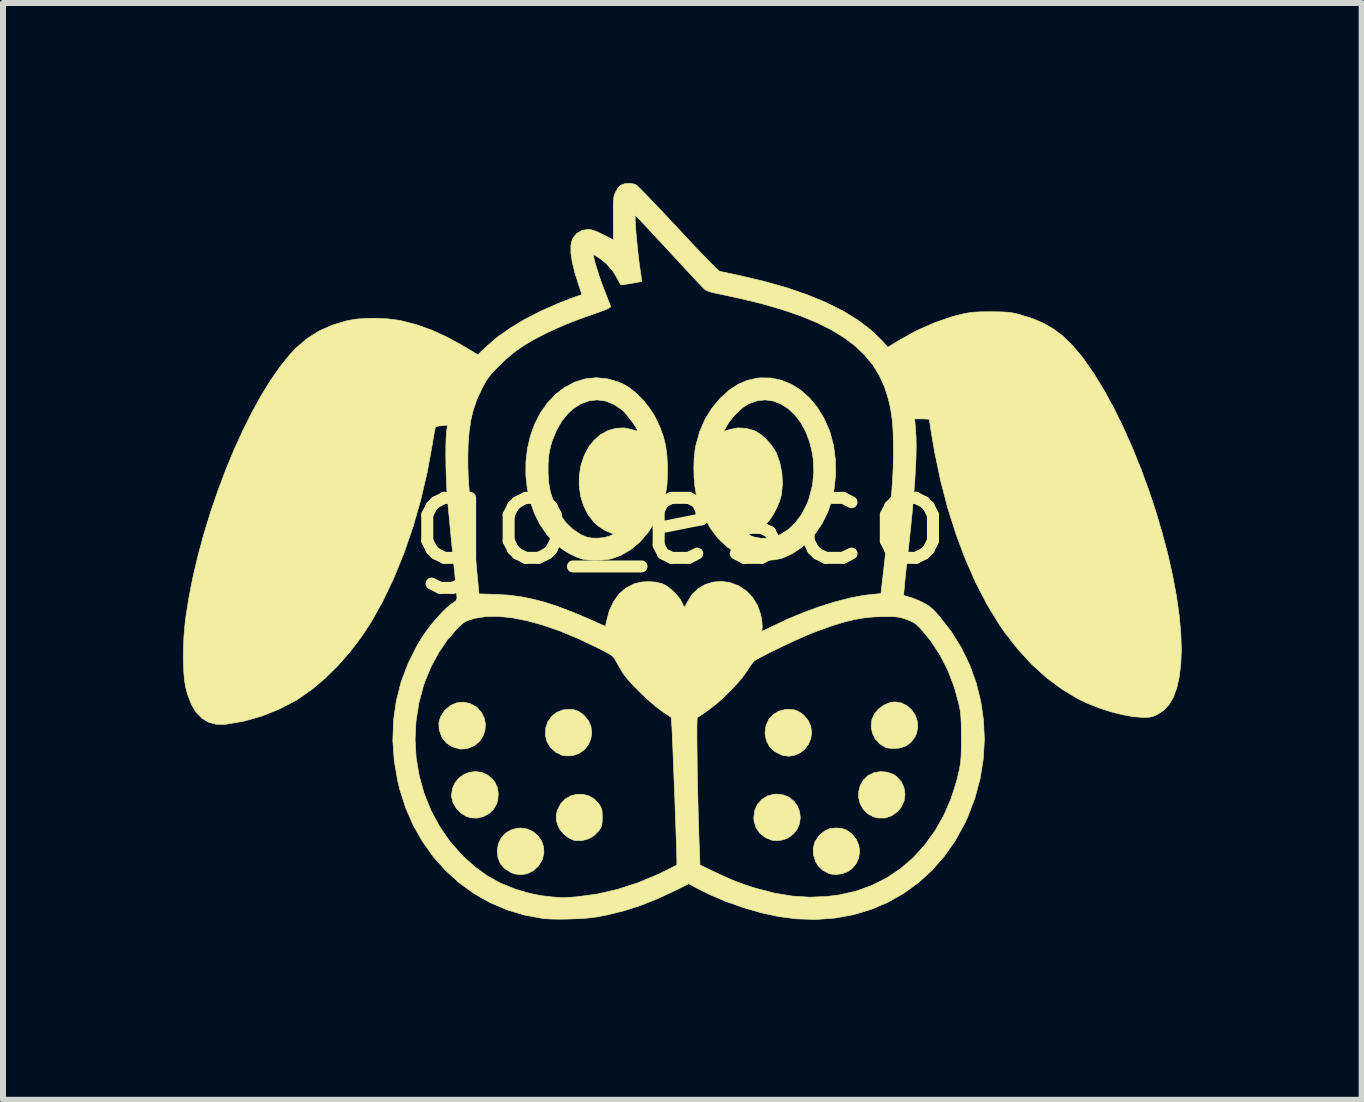
<source format=kicad_pcb>
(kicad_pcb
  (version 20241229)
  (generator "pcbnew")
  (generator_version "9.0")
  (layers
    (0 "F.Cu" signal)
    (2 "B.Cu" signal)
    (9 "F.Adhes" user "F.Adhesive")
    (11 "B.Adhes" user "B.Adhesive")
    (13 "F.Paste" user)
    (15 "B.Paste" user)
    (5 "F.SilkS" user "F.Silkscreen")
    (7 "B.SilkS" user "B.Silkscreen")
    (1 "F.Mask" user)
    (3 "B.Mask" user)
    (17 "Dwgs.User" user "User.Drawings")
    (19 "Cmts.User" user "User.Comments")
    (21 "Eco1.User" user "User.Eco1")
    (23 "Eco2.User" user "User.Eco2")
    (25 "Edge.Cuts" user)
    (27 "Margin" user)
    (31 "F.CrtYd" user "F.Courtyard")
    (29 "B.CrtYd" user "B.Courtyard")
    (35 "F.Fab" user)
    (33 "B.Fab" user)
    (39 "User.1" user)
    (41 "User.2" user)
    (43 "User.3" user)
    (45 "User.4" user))
  (footprint "logo_escola"
    (layer "F.Cu")
    (at 8.285 5.564)
    (property "Reference" "logo_escola" (at 0 0 0) (layer "F.SilkS") (effects (font (size 1.5 1.5) (thickness 0.2))))
    (attr through_hole)
    (fp_poly (pts (xy 3.449 4.255) (xy 3.551 4.291) (xy 3.612 4.331) (xy 3.687 4.416) (xy 3.732 4.515) (xy 3.748 4.622) (xy 3.734 4.729) (xy 3.69 4.83) (xy 3.622 4.913) (xy 3.522 4.984) (xy 3.415 5.019) (xy 3.302 5.019) (xy 3.223 4.999) (xy 3.126 4.947) (xy 3.052 4.873) (xy 3.001 4.782) (xy 2.976 4.682) (xy 2.976 4.579) (xy 3.002 4.478) (xy 3.055 4.386) (xy 3.135 4.31) (xy 3.23 4.264) (xy 3.338 4.246) (xy 3.449 4.255)) (stroke (width 0.01) (type solid)) (fill yes) (layer "F.SilkS"))
    (fp_poly (pts (xy -2.548 5.202) (xy -2.45 5.247) (xy -2.37 5.315) (xy -2.311 5.4) (xy -2.276 5.498) (xy -2.27 5.603) (xy -2.295 5.709) (xy -2.302 5.724) (xy -2.365 5.824) (xy -2.449 5.899) (xy -2.547 5.947) (xy -2.653 5.965) (xy -2.762 5.95) (xy -2.821 5.927) (xy -2.924 5.861) (xy -2.996 5.779) (xy -3.036 5.677) (xy -3.048 5.569) (xy -3.031 5.454) (xy -2.984 5.355) (xy -2.912 5.274) (xy -2.818 5.218) (xy -2.707 5.189) (xy -2.659 5.186) (xy -2.548 5.202)) (stroke (width 0.01) (type solid)) (fill yes) (layer "F.SilkS"))
    (fp_poly (pts (xy -3.315 4.257) (xy -3.22 4.296) (xy -3.134 4.364) (xy -3.088 4.421) (xy -3.048 4.508) (xy -3.031 4.611) (xy -3.039 4.718) (xy -3.056 4.781) (xy -3.11 4.874) (xy -3.188 4.947) (xy -3.283 4.997) (xy -3.387 5.021) (xy -3.493 5.015) (xy -3.565 4.991) (xy -3.657 4.933) (xy -3.732 4.854) (xy -3.785 4.762) (xy -3.809 4.666) (xy -3.81 4.647) (xy -3.795 4.532) (xy -3.753 4.434) (xy -3.688 4.355) (xy -3.607 4.296) (xy -3.514 4.259) (xy -3.415 4.245) (xy -3.315 4.257)) (stroke (width 0.01) (type solid)) (fill yes) (layer "F.SilkS"))
    (fp_poly (pts (xy 3.685 3.101) (xy 3.78 3.147) (xy 3.858 3.216) (xy 3.917 3.303) (xy 3.952 3.401) (xy 3.961 3.506) (xy 3.941 3.61) (xy 3.912 3.672) (xy 3.842 3.763) (xy 3.756 3.823) (xy 3.651 3.854) (xy 3.594 3.859) (xy 3.525 3.859) (xy 3.464 3.853) (xy 3.43 3.845) (xy 3.329 3.785) (xy 3.253 3.701) (xy 3.203 3.6) (xy 3.184 3.489) (xy 3.196 3.381) (xy 3.236 3.289) (xy 3.304 3.206) (xy 3.391 3.14) (xy 3.488 3.098) (xy 3.576 3.084) (xy 3.685 3.101)) (stroke (width 0.01) (type solid)) (fill yes) (layer "F.SilkS"))
    (fp_poly (pts (xy 1.728 4.636) (xy 1.823 4.678) (xy 1.899 4.742) (xy 1.956 4.823) (xy 1.991 4.914) (xy 2.003 5.011) (xy 1.991 5.109) (xy 1.954 5.201) (xy 1.891 5.283) (xy 1.801 5.35) (xy 1.787 5.357) (xy 1.706 5.385) (xy 1.616 5.397) (xy 1.536 5.391) (xy 1.533 5.39) (xy 1.42 5.345) (xy 1.33 5.274) (xy 1.266 5.182) (xy 1.233 5.072) (xy 1.228 5.007) (xy 1.244 4.89) (xy 1.291 4.789) (xy 1.364 4.708) (xy 1.458 4.651) (xy 1.569 4.623) (xy 1.615 4.621) (xy 1.728 4.636)) (stroke (width 0.01) (type solid)) (fill yes) (layer "F.SilkS"))
    (fp_poly (pts (xy 1.897 3.215) (xy 1.97 3.241) (xy 2.042 3.29) (xy 2.06 3.305) (xy 2.134 3.392) (xy 2.177 3.489) (xy 2.192 3.592) (xy 2.178 3.695) (xy 2.139 3.791) (xy 2.075 3.875) (xy 1.987 3.94) (xy 1.904 3.974) (xy 1.814 3.989) (xy 1.729 3.98) (xy 1.683 3.966) (xy 1.575 3.91) (xy 1.492 3.83) (xy 1.438 3.731) (xy 1.416 3.616) (xy 1.415 3.594) (xy 1.432 3.478) (xy 1.478 3.377) (xy 1.551 3.296) (xy 1.645 3.239) (xy 1.755 3.21) (xy 1.805 3.208) (xy 1.897 3.215)) (stroke (width 0.01) (type solid)) (fill yes) (layer "F.SilkS"))
    (fp_poly (pts (xy -3.504 3.11) (xy -3.402 3.166) (xy -3.384 3.179) (xy -3.309 3.262) (xy -3.263 3.357) (xy -3.244 3.459) (xy -3.253 3.56) (xy -3.286 3.657) (xy -3.342 3.741) (xy -3.421 3.809) (xy -3.52 3.852) (xy -3.556 3.861) (xy -3.614 3.868) (xy -3.662 3.87) (xy -3.674 3.869) (xy -3.796 3.832) (xy -3.892 3.771) (xy -3.963 3.684) (xy -3.974 3.664) (xy -4.015 3.549) (xy -4.021 3.437) (xy -3.991 3.33) (xy -3.926 3.23) (xy -3.917 3.22) (xy -3.824 3.143) (xy -3.721 3.099) (xy -3.612 3.088) (xy -3.504 3.11)) (stroke (width 0.01) (type solid)) (fill yes) (layer "F.SilkS"))
    (fp_poly (pts (xy -1.77 3.215) (xy -1.697 3.239) (xy -1.627 3.287) (xy -1.599 3.311) (xy -1.527 3.398) (xy -1.486 3.495) (xy -1.473 3.596) (xy -1.487 3.697) (xy -1.526 3.79) (xy -1.587 3.872) (xy -1.67 3.935) (xy -1.772 3.974) (xy -1.826 3.982) (xy -1.89 3.984) (xy -1.947 3.978) (xy -1.964 3.974) (xy -2.072 3.923) (xy -2.158 3.847) (xy -2.217 3.752) (xy -2.245 3.643) (xy -2.246 3.636) (xy -2.24 3.518) (xy -2.203 3.413) (xy -2.14 3.325) (xy -2.056 3.258) (xy -1.954 3.218) (xy -1.861 3.208) (xy -1.77 3.215)) (stroke (width 0.01) (type solid)) (fill yes) (layer "F.SilkS"))
    (fp_poly (pts (xy 2.693 5.193) (xy 2.766 5.217) (xy 2.836 5.265) (xy 2.865 5.289) (xy 2.937 5.376) (xy 2.979 5.476) (xy 2.992 5.581) (xy 2.976 5.685) (xy 2.933 5.782) (xy 2.862 5.864) (xy 2.805 5.905) (xy 2.71 5.945) (xy 2.608 5.962) (xy 2.512 5.954) (xy 2.483 5.945) (xy 2.382 5.893) (xy 2.306 5.822) (xy 2.26 5.748) (xy 2.222 5.633) (xy 2.218 5.521) (xy 2.248 5.415) (xy 2.312 5.319) (xy 2.349 5.283) (xy 2.422 5.227) (xy 2.494 5.197) (xy 2.579 5.187) (xy 2.603 5.186) (xy 2.693 5.193)) (stroke (width 0.01) (type solid)) (fill yes) (layer "F.SilkS"))
    (fp_poly (pts (xy -1.62 4.624) (xy -1.519 4.651) (xy -1.427 4.706) (xy -1.352 4.787) (xy -1.324 4.831) (xy -1.307 4.87) (xy -1.3 4.918) (xy -1.297 4.987) (xy -1.297 5.007) (xy -1.299 5.083) (xy -1.305 5.134) (xy -1.319 5.175) (xy -1.344 5.216) (xy -1.352 5.228) (xy -1.431 5.31) (xy -1.529 5.367) (xy -1.638 5.396) (xy -1.75 5.393) (xy -1.782 5.386) (xy -1.862 5.348) (xy -1.939 5.287) (xy -2.003 5.211) (xy -2.039 5.14) (xy -2.063 5.053) (xy -2.065 4.978) (xy -2.047 4.897) (xy -2.04 4.878) (xy -1.988 4.778) (xy -1.913 4.702) (xy -1.823 4.65) (xy -1.723 4.624) (xy -1.62 4.624)) (stroke (width 0.01) (type solid)) (fill yes) (layer "F.SilkS"))
    (fp_poly (pts (xy 1.514 -2.314) (xy 1.689 -2.277) (xy 1.856 -2.208) (xy 2.013 -2.109) (xy 2.156 -1.982) (xy 2.284 -1.828) (xy 2.394 -1.65) (xy 2.484 -1.45) (xy 2.5 -1.405) (xy 2.558 -1.186) (xy 2.588 -0.953) (xy 2.592 -0.714) (xy 2.569 -0.477) (xy 2.52 -0.25) (xy 2.458 -0.072) (xy 2.369 0.109) (xy 2.261 0.267) (xy 2.134 0.408) (xy 1.999 0.527) (xy 1.865 0.616) (xy 1.724 0.679) (xy 1.67 0.697) (xy 1.572 0.716) (xy 1.454 0.724) (xy 1.331 0.722) (xy 1.217 0.709) (xy 1.142 0.692) (xy 0.957 0.614) (xy 0.789 0.505) (xy 0.64 0.366) (xy 0.51 0.198) (xy 0.401 0.004) (xy 0.314 -0.217) (xy 0.269 -0.375) (xy 0.246 -0.504) (xy 0.233 -0.656) (xy 0.229 -0.818) (xy 0.234 -0.977) (xy 0.25 -1.122) (xy 0.262 -1.188) (xy 0.326 -1.419) (xy 0.327 -1.422) (xy 0.728 -1.422) (xy 0.831 -1.457) (xy 0.959 -1.482) (xy 1.094 -1.476) (xy 1.226 -1.44) (xy 1.263 -1.424) (xy 1.347 -1.37) (xy 1.435 -1.292) (xy 1.516 -1.2) (xy 1.582 -1.105) (xy 1.604 -1.063) (xy 1.661 -0.906) (xy 1.696 -0.732) (xy 1.706 -0.553) (xy 1.69 -0.381) (xy 1.686 -0.359) (xy 1.657 -0.261) (xy 1.612 -0.152) (xy 1.557 -0.046) (xy 1.499 0.043) (xy 1.48 0.066) (xy 1.417 0.128) (xy 1.341 0.188) (xy 1.263 0.235) (xy 1.196 0.263) (xy 1.193 0.264) (xy 1.153 0.279) (xy 1.148 0.296) (xy 1.179 0.316) (xy 1.229 0.335) (xy 1.354 0.358) (xy 1.489 0.351) (xy 1.621 0.317) (xy 1.674 0.294) (xy 1.805 0.21) (xy 1.924 0.095) (xy 2.027 -0.045) (xy 2.111 -0.206) (xy 2.149 -0.306) (xy 2.206 -0.525) (xy 2.228 -0.742) (xy 2.218 -0.964) (xy 2.204 -1.062) (xy 2.158 -1.252) (xy 2.093 -1.423) (xy 2.01 -1.573) (xy 1.912 -1.701) (xy 1.801 -1.804) (xy 1.681 -1.881) (xy 1.553 -1.93) (xy 1.42 -1.949) (xy 1.284 -1.935) (xy 1.149 -1.888) (xy 1.121 -1.873) (xy 1.045 -1.822) (xy 0.962 -1.748) (xy 0.881 -1.663) (xy 0.814 -1.577) (xy 0.775 -1.513) (xy 0.728 -1.422) (xy 0.327 -1.422) (xy 0.415 -1.625) (xy 0.529 -1.81) (xy 0.671 -1.979) (xy 0.68 -1.988) (xy 0.824 -2.116) (xy 0.969 -2.211) (xy 1.121 -2.275) (xy 1.284 -2.311) (xy 1.334 -2.316) (xy 1.514 -2.314)) (stroke (width 0.01) (type solid)) (fill yes) (layer "F.SilkS"))
    (fp_poly (pts (xy -1.217 -2.302) (xy -1.033 -2.249) (xy -0.943 -2.21) (xy -0.838 -2.147) (xy -0.728 -2.056) (xy -0.619 -1.948) (xy -0.521 -1.828) (xy -0.439 -1.705) (xy -0.414 -1.66) (xy -0.336 -1.494) (xy -0.279 -1.338) (xy -0.241 -1.183) (xy -0.219 -1.018) (xy -0.211 -0.832) (xy -0.211 -0.771) (xy -0.213 -0.655) (xy -0.217 -0.564) (xy -0.224 -0.488) (xy -0.237 -0.417) (xy -0.255 -0.34) (xy -0.26 -0.32) (xy -0.332 -0.103) (xy -0.427 0.095) (xy -0.542 0.271) (xy -0.675 0.423) (xy -0.824 0.547) (xy -0.986 0.641) (xy -1.145 0.699) (xy -1.226 0.713) (xy -1.328 0.721) (xy -1.437 0.723) (xy -1.54 0.717) (xy -1.623 0.705) (xy -1.624 0.705) (xy -1.721 0.672) (xy -1.832 0.62) (xy -1.942 0.554) (xy -2.04 0.483) (xy -2.067 0.459) (xy -2.213 0.305) (xy -2.334 0.13) (xy -2.43 -0.061) (xy -2.501 -0.265) (xy -2.548 -0.478) (xy -2.571 -0.695) (xy -2.571 -0.72) (xy -2.2 -0.72) (xy -2.189 -0.564) (xy -2.165 -0.427) (xy -2.161 -0.409) (xy -2.097 -0.22) (xy -2.011 -0.052) (xy -1.907 0.092) (xy -1.787 0.209) (xy -1.654 0.296) (xy -1.555 0.338) (xy -1.47 0.354) (xy -1.369 0.356) (xy -1.267 0.345) (xy -1.18 0.322) (xy -1.17 0.318) (xy -1.127 0.298) (xy -1.113 0.286) (xy -1.126 0.278) (xy -1.143 0.273) (xy -1.253 0.226) (xy -1.362 0.155) (xy -1.433 0.092) (xy -1.534 -0.038) (xy -1.609 -0.187) (xy -1.659 -0.349) (xy -1.682 -0.521) (xy -1.68 -0.695) (xy -1.651 -0.865) (xy -1.596 -1.027) (xy -1.516 -1.175) (xy -1.436 -1.274) (xy -1.325 -1.371) (xy -1.2 -1.439) (xy -1.068 -1.476) (xy -0.933 -1.482) (xy -0.812 -1.456) (xy -0.757 -1.44) (xy -0.72 -1.432) (xy -0.708 -1.435) (xy -0.719 -1.463) (xy -0.748 -1.511) (xy -0.79 -1.572) (xy -0.839 -1.637) (xy -0.889 -1.7) (xy -0.936 -1.753) (xy -0.97 -1.785) (xy -1.104 -1.875) (xy -1.243 -1.93) (xy -1.383 -1.949) (xy -1.523 -1.933) (xy -1.659 -1.882) (xy -1.79 -1.796) (xy -1.871 -1.721) (xy -1.972 -1.595) (xy -2.06 -1.441) (xy -2.131 -1.269) (xy -2.161 -1.17) (xy -2.187 -1.036) (xy -2.2 -0.882) (xy -2.2 -0.72) (xy -2.571 -0.72) (xy -2.57 -0.914) (xy -2.545 -1.131) (xy -2.497 -1.341) (xy -2.426 -1.541) (xy -2.331 -1.728) (xy -2.213 -1.896) (xy -2.073 -2.044) (xy -1.927 -2.155) (xy -1.756 -2.246) (xy -1.58 -2.3) (xy -1.4 -2.319) (xy -1.217 -2.302)) (stroke (width 0.01) (type solid)) (fill yes) (layer "F.SilkS"))
    (fp_poly (pts (xy -0.762 -5.545) (xy -0.736 -5.534) (xy -0.714 -5.516) (xy -0.67 -5.474) (xy -0.607 -5.41) (xy -0.526 -5.327) (xy -0.431 -5.228) (xy -0.324 -5.115) (xy -0.207 -4.991) (xy -0.083 -4.858) (xy -0.032 -4.804) (xy 0.096 -4.667) (xy 0.216 -4.538) (xy 0.327 -4.422) (xy 0.426 -4.319) (xy 0.511 -4.232) (xy 0.579 -4.164) (xy 0.628 -4.117) (xy 0.656 -4.094) (xy 0.66 -4.092) (xy 0.691 -4.085) (xy 0.75 -4.073) (xy 0.83 -4.056) (xy 0.923 -4.036) (xy 0.962 -4.028) (xy 1.381 -3.93) (xy 1.766 -3.822) (xy 2.117 -3.702) (xy 2.434 -3.571) (xy 2.717 -3.43) (xy 2.966 -3.277) (xy 3.18 -3.114) (xy 3.353 -2.948) (xy 3.463 -2.827) (xy 3.642 -2.937) (xy 3.937 -3.101) (xy 4.239 -3.235) (xy 4.544 -3.339) (xy 4.736 -3.387) (xy 4.816 -3.401) (xy 4.904 -3.411) (xy 5.008 -3.417) (xy 5.136 -3.418) (xy 5.189 -3.418) (xy 5.308 -3.417) (xy 5.399 -3.414) (xy 5.473 -3.409) (xy 5.539 -3.399) (xy 5.604 -3.385) (xy 5.666 -3.369) (xy 5.875 -3.304) (xy 6.061 -3.225) (xy 6.228 -3.128) (xy 6.383 -3.01) (xy 6.532 -2.865) (xy 6.68 -2.69) (xy 6.736 -2.617) (xy 6.906 -2.372) (xy 7.072 -2.099) (xy 7.233 -1.802) (xy 7.389 -1.486) (xy 7.537 -1.153) (xy 7.677 -0.808) (xy 7.807 -0.455) (xy 7.926 -0.096) (xy 8.033 0.263) (xy 8.127 0.619) (xy 8.206 0.968) (xy 8.27 1.307) (xy 8.316 1.631) (xy 8.345 1.938) (xy 8.354 2.222) (xy 8.345 2.444) (xy 8.32 2.661) (xy 8.279 2.847) (xy 8.223 3.002) (xy 8.151 3.127) (xy 8.061 3.224) (xy 7.954 3.294) (xy 7.952 3.295) (xy 7.89 3.322) (xy 7.833 3.337) (xy 7.766 3.342) (xy 7.713 3.343) (xy 7.553 3.33) (xy 7.373 3.298) (xy 7.18 3.249) (xy 6.985 3.186) (xy 6.796 3.111) (xy 6.641 3.038) (xy 6.368 2.875) (xy 6.104 2.679) (xy 5.854 2.451) (xy 5.617 2.192) (xy 5.395 1.905) (xy 5.321 1.796) (xy 5.117 1.463) (xy 4.929 1.1) (xy 4.756 0.708) (xy 4.6 0.292) (xy 4.461 -0.146) (xy 4.342 -0.603) (xy 4.243 -1.076) (xy 4.191 -1.38) (xy 4.177 -1.468) (xy 4.166 -1.542) (xy 4.158 -1.595) (xy 4.155 -1.621) (xy 4.155 -1.623) (xy 4.138 -1.628) (xy 4.095 -1.631) (xy 4.033 -1.633) (xy 4.032 -1.633) (xy 3.909 -1.633) (xy 3.924 -1.456) (xy 3.932 -1.328) (xy 3.935 -1.181) (xy 3.932 -1.011) (xy 3.924 -0.818) (xy 3.911 -0.599) (xy 3.892 -0.353) (xy 3.868 -0.077) (xy 3.837 0.23) (xy 3.801 0.57) (xy 3.783 0.723) (xy 3.768 0.863) (xy 3.754 0.991) (xy 3.743 1.103) (xy 3.735 1.195) (xy 3.729 1.262) (xy 3.727 1.299) (xy 3.728 1.306) (xy 3.75 1.318) (xy 3.794 1.33) (xy 3.805 1.333) (xy 3.853 1.346) (xy 3.921 1.372) (xy 3.997 1.404) (xy 4.023 1.417) (xy 4.094 1.453) (xy 4.15 1.488) (xy 4.201 1.53) (xy 4.257 1.586) (xy 4.311 1.647) (xy 4.513 1.903) (xy 4.684 2.177) (xy 4.825 2.466) (xy 4.934 2.767) (xy 5.011 3.077) (xy 5.057 3.395) (xy 5.071 3.716) (xy 5.052 4.04) (xy 5 4.362) (xy 4.915 4.681) (xy 4.797 4.993) (xy 4.745 5.107) (xy 4.587 5.394) (xy 4.404 5.655) (xy 4.199 5.89) (xy 3.972 6.097) (xy 3.726 6.275) (xy 3.462 6.424) (xy 3.183 6.543) (xy 2.889 6.631) (xy 2.583 6.687) (xy 2.266 6.71) (xy 1.94 6.7) (xy 1.639 6.661) (xy 1.354 6.599) (xy 1.059 6.514) (xy 0.766 6.411) (xy 0.486 6.292) (xy 0.258 6.177) (xy 0.144 6.114) (xy -0.072 6.223) (xy -0.37 6.362) (xy -0.656 6.476) (xy -0.939 6.567) (xy -1.231 6.638) (xy -1.388 6.668) (xy -1.483 6.681) (xy -1.604 6.692) (xy -1.741 6.699) (xy -1.884 6.704) (xy -2.023 6.705) (xy -2.15 6.703) (xy -2.253 6.697) (xy -2.284 6.694) (xy -2.593 6.637) (xy -2.889 6.548) (xy -3.171 6.428) (xy -3.435 6.278) (xy -3.681 6.1) (xy -3.907 5.895) (xy -4.111 5.667) (xy -4.291 5.415) (xy -4.447 5.141) (xy -4.575 4.848) (xy -4.674 4.536) (xy -4.705 4.408) (xy -4.764 4.065) (xy -4.788 3.726) (xy -4.787 3.713) (xy -4.417 3.713) (xy -4.399 4.018) (xy -4.348 4.317) (xy -4.267 4.608) (xy -4.155 4.888) (xy -4.013 5.154) (xy -3.842 5.403) (xy -3.642 5.632) (xy -3.63 5.644) (xy -3.426 5.83) (xy -3.216 5.982) (xy -2.993 6.105) (xy -2.752 6.203) (xy -2.703 6.219) (xy -2.56 6.261) (xy -2.426 6.293) (xy -2.288 6.317) (xy -2.137 6.334) (xy -1.968 6.347) (xy -1.937 6.347) (xy -1.877 6.343) (xy -1.799 6.338) (xy -1.718 6.332) (xy -1.383 6.287) (xy -1.044 6.209) (xy -0.703 6.099) (xy -0.366 5.958) (xy -0.195 5.875) (xy -0.054 5.802) (xy -0.054 5.718) (xy -0.055 5.677) (xy -0.057 5.604) (xy -0.06 5.503) (xy -0.064 5.379) (xy -0.069 5.235) (xy -0.075 5.075) (xy -0.081 4.904) (xy -0.087 4.727) (xy -0.094 4.546) (xy -0.101 4.367) (xy -0.108 4.193) (xy -0.114 4.029) (xy -0.12 3.878) (xy -0.126 3.746) (xy -0.13 3.636) (xy -0.132 3.602) (xy 0.28 3.602) (xy 0.28 3.733) (xy 0.282 3.884) (xy 0.284 4.051) (xy 0.286 4.232) (xy 0.29 4.422) (xy 0.294 4.619) (xy 0.299 4.819) (xy 0.304 5.019) (xy 0.31 5.216) (xy 0.316 5.406) (xy 0.32 5.5) (xy 0.331 5.802) (xy 0.578 5.92) (xy 0.719 5.986) (xy 0.838 6.039) (xy 0.945 6.083) (xy 1.051 6.123) (xy 1.166 6.161) (xy 1.27 6.193) (xy 1.577 6.272) (xy 1.872 6.321) (xy 2.159 6.339) (xy 2.446 6.327) (xy 2.649 6.302) (xy 2.929 6.239) (xy 3.194 6.144) (xy 3.443 6.018) (xy 3.674 5.863) (xy 3.886 5.68) (xy 4.077 5.47) (xy 4.247 5.236) (xy 4.394 4.978) (xy 4.515 4.698) (xy 4.611 4.397) (xy 4.647 4.245) (xy 4.662 4.172) (xy 4.673 4.103) (xy 4.68 4.031) (xy 4.685 3.949) (xy 4.687 3.847) (xy 4.688 3.718) (xy 4.688 3.683) (xy 4.687 3.547) (xy 4.685 3.439) (xy 4.681 3.352) (xy 4.675 3.279) (xy 4.665 3.21) (xy 4.651 3.14) (xy 4.648 3.126) (xy 4.569 2.835) (xy 4.462 2.557) (xy 4.329 2.297) (xy 4.172 2.059) (xy 4.016 1.872) (xy 3.956 1.811) (xy 3.904 1.769) (xy 3.846 1.738) (xy 3.774 1.709) (xy 3.715 1.69) (xy 3.664 1.676) (xy 3.611 1.668) (xy 3.547 1.663) (xy 3.462 1.662) (xy 3.384 1.662) (xy 3.219 1.668) (xy 3.057 1.685) (xy 2.893 1.714) (xy 2.719 1.757) (xy 2.531 1.816) (xy 2.32 1.891) (xy 2.204 1.935) (xy 2.115 1.972) (xy 2.01 2.018) (xy 1.895 2.069) (xy 1.775 2.125) (xy 1.656 2.182) (xy 1.541 2.238) (xy 1.436 2.291) (xy 1.347 2.337) (xy 1.279 2.375) (xy 1.236 2.402) (xy 1.226 2.41) (xy 1.204 2.438) (xy 1.168 2.488) (xy 1.125 2.552) (xy 1.104 2.585) (xy 1.033 2.683) (xy 0.939 2.792) (xy 0.829 2.908) (xy 0.712 3.021) (xy 0.593 3.126) (xy 0.481 3.213) (xy 0.467 3.224) (xy 0.4 3.27) (xy 0.342 3.309) (xy 0.302 3.334) (xy 0.287 3.342) (xy 0.284 3.361) (xy 0.282 3.413) (xy 0.28 3.495) (xy 0.28 3.602) (xy -0.132 3.602) (xy -0.134 3.552) (xy -0.137 3.498) (xy -0.138 3.49) (xy -0.148 3.343) (xy -0.305 3.237) (xy -0.387 3.176) (xy -0.481 3.097) (xy -0.582 3.006) (xy -0.683 2.909) (xy -0.778 2.812) (xy -0.861 2.722) (xy -0.924 2.644) (xy -0.947 2.613) (xy -0.992 2.539) (xy -1.039 2.458) (xy -1.064 2.413) (xy -1.084 2.376) (xy -1.103 2.347) (xy -1.128 2.322) (xy -1.162 2.297) (xy -1.212 2.268) (xy -1.282 2.23) (xy -1.38 2.181) (xy -1.395 2.173) (xy -1.705 2.026) (xy -2.002 1.903) (xy -2.285 1.804) (xy -2.551 1.731) (xy -2.799 1.682) (xy -3.028 1.659) (xy -3.236 1.662) (xy -3.422 1.691) (xy -3.474 1.706) (xy -3.537 1.727) (xy -3.586 1.75) (xy -3.631 1.782) (xy -3.684 1.83) (xy -3.73 1.877) (xy -3.882 2.054) (xy -4.021 2.259) (xy -4.144 2.484) (xy -4.245 2.723) (xy -4.273 2.8) (xy -4.354 3.102) (xy -4.402 3.407) (xy -4.417 3.713) (xy -4.787 3.713) (xy -4.776 3.393) (xy -4.73 3.067) (xy -4.649 2.75) (xy -4.533 2.443) (xy -4.384 2.146) (xy -4.272 1.965) (xy -4.201 1.866) (xy -4.121 1.765) (xy -4.036 1.667) (xy -3.953 1.577) (xy -3.875 1.503) (xy -3.809 1.449) (xy -3.778 1.429) (xy -3.735 1.398) (xy -3.72 1.359) (xy -3.719 1.351) (xy -3.721 1.322) (xy -3.726 1.262) (xy -3.734 1.175) (xy -3.744 1.065) (xy -3.757 0.937) (xy -3.771 0.796) (xy -3.782 0.684) (xy -3.799 0.519) (xy -3.816 0.349) (xy -3.832 0.182) (xy -3.847 0.026) (xy -3.86 -0.113) (xy -3.871 -0.227) (xy -3.874 -0.263) (xy -3.884 -0.399) (xy -3.893 -0.55) (xy -3.899 -0.71) (xy -3.903 -0.87) (xy -3.904 -0.974) (xy -3.538 -0.974) (xy -3.537 -0.889) (xy -3.536 -0.806) (xy -3.533 -0.721) (xy -3.529 -0.63) (xy -3.522 -0.529) (xy -3.513 -0.413) (xy -3.502 -0.279) (xy -3.488 -0.124) (xy -3.471 0.058) (xy -3.45 0.27) (xy -3.439 0.39) (xy -3.423 0.544) (xy -3.409 0.693) (xy -3.395 0.83) (xy -3.384 0.951) (xy -3.374 1.05) (xy -3.367 1.122) (xy -3.364 1.154) (xy -3.352 1.284) (xy -3.059 1.293) (xy -2.859 1.305) (xy -2.663 1.33) (xy -2.465 1.369) (xy -2.26 1.422) (xy -2.042 1.493) (xy -1.807 1.582) (xy -1.549 1.69) (xy -1.497 1.713) (xy -1.243 1.826) (xy -1.229 1.752) (xy -1.181 1.569) (xy -1.11 1.414) (xy -1.018 1.286) (xy -0.904 1.187) (xy -0.77 1.118) (xy -0.753 1.112) (xy -0.645 1.087) (xy -0.524 1.079) (xy -0.404 1.088) (xy -0.299 1.114) (xy -0.276 1.123) (xy -0.205 1.166) (xy -0.128 1.228) (xy -0.056 1.301) (xy 0.002 1.375) (xy 0.038 1.441) (xy 0.039 1.442) (xy 0.056 1.483) (xy 0.07 1.504) (xy 0.072 1.505) (xy 0.084 1.49) (xy 0.106 1.451) (xy 0.123 1.416) (xy 0.199 1.295) (xy 0.298 1.199) (xy 0.417 1.128) (xy 0.55 1.087) (xy 0.693 1.076) (xy 0.835 1.096) (xy 0.979 1.151) (xy 1.105 1.235) (xy 1.21 1.345) (xy 1.29 1.477) (xy 1.343 1.629) (xy 1.359 1.71) (xy 1.366 1.778) (xy 1.369 1.835) (xy 1.366 1.868) (xy 1.363 1.897) (xy 1.368 1.905) (xy 1.388 1.897) (xy 1.433 1.877) (xy 1.495 1.847) (xy 1.539 1.825) (xy 1.795 1.704) (xy 2.057 1.595) (xy 2.319 1.499) (xy 2.575 1.419) (xy 2.82 1.355) (xy 3.046 1.311) (xy 3.195 1.293) (xy 3.347 1.279) (xy 3.387 0.934) (xy 3.42 0.641) (xy 3.449 0.38) (xy 3.474 0.148) (xy 3.495 -0.058) (xy 3.512 -0.241) (xy 3.526 -0.405) (xy 3.537 -0.554) (xy 3.545 -0.69) (xy 3.551 -0.816) (xy 3.554 -0.937) (xy 3.556 -1.055) (xy 3.556 -1.098) (xy 3.554 -1.29) (xy 3.548 -1.455) (xy 3.537 -1.599) (xy 3.52 -1.729) (xy 3.497 -1.855) (xy 3.472 -1.959) (xy 3.408 -2.163) (xy 3.322 -2.353) (xy 3.213 -2.53) (xy 3.079 -2.694) (xy 2.92 -2.846) (xy 2.734 -2.987) (xy 2.52 -3.118) (xy 2.276 -3.239) (xy 2.003 -3.351) (xy 1.697 -3.456) (xy 1.36 -3.553) (xy 0.988 -3.643) (xy 0.717 -3.701) (xy 0.611 -3.723) (xy 0.535 -3.74) (xy 0.481 -3.756) (xy 0.443 -3.772) (xy 0.414 -3.79) (xy 0.387 -3.814) (xy 0.382 -3.819) (xy 0.356 -3.846) (xy 0.308 -3.896) (xy 0.242 -3.967) (xy 0.16 -4.055) (xy 0.065 -4.157) (xy -0.04 -4.27) (xy -0.151 -4.39) (xy -0.209 -4.453) (xy -0.32 -4.573) (xy -0.424 -4.685) (xy -0.518 -4.786) (xy -0.599 -4.872) (xy -0.664 -4.942) (xy -0.712 -4.992) (xy -0.74 -5.019) (xy -0.745 -5.024) (xy -0.749 -5.008) (xy -0.749 -4.961) (xy -0.746 -4.889) (xy -0.74 -4.796) (xy -0.731 -4.689) (xy -0.72 -4.573) (xy -0.708 -4.453) (xy -0.695 -4.335) (xy -0.681 -4.223) (xy -0.667 -4.123) (xy -0.661 -4.083) (xy -0.651 -4.013) (xy -0.644 -3.958) (xy -0.642 -3.927) (xy -0.642 -3.924) (xy -0.661 -3.919) (xy -0.705 -3.91) (xy -0.767 -3.899) (xy -0.835 -3.887) (xy -0.9 -3.877) (xy -0.952 -3.868) (xy -0.982 -3.865) (xy -0.983 -3.865) (xy -0.997 -3.88) (xy -1.019 -3.918) (xy -1.033 -3.948) (xy -1.117 -4.093) (xy -1.23 -4.221) (xy -1.318 -4.293) (xy -1.374 -4.331) (xy -1.417 -4.358) (xy -1.441 -4.369) (xy -1.443 -4.369) (xy -1.443 -4.346) (xy -1.433 -4.296) (xy -1.414 -4.223) (xy -1.387 -4.134) (xy -1.355 -4.034) (xy -1.32 -3.93) (xy -1.282 -3.828) (xy -1.263 -3.778) (xy -1.227 -3.688) (xy -1.197 -3.609) (xy -1.173 -3.548) (xy -1.16 -3.511) (xy -1.158 -3.504) (xy -1.169 -3.489) (xy -1.209 -3.467) (xy -1.28 -3.438) (xy -1.384 -3.401) (xy -1.406 -3.393) (xy -1.601 -3.325) (xy -1.771 -3.262) (xy -1.925 -3.2) (xy -2.074 -3.135) (xy -2.228 -3.063) (xy -2.241 -3.057) (xy -2.438 -2.955) (xy -2.608 -2.854) (xy -2.759 -2.748) (xy -2.9 -2.631) (xy -3.012 -2.524) (xy -3.092 -2.442) (xy -3.152 -2.375) (xy -3.199 -2.315) (xy -3.241 -2.251) (xy -3.283 -2.175) (xy -3.308 -2.128) (xy -3.384 -1.963) (xy -3.443 -1.796) (xy -3.487 -1.618) (xy -3.516 -1.423) (xy -3.533 -1.207) (xy -3.538 -0.974) (xy -3.904 -0.974) (xy -3.905 -1.025) (xy -3.904 -1.167) (xy -3.901 -1.29) (xy -3.895 -1.385) (xy -3.892 -1.413) (xy -3.878 -1.529) (xy -3.972 -1.52) (xy -4.027 -1.513) (xy -4.065 -1.505) (xy -4.076 -1.5) (xy -4.082 -1.479) (xy -4.093 -1.429) (xy -4.106 -1.356) (xy -4.121 -1.267) (xy -4.128 -1.221) (xy -4.215 -0.744) (xy -4.324 -0.278) (xy -4.454 0.175) (xy -4.604 0.609) (xy -4.772 1.022) (xy -4.957 1.409) (xy -5.138 1.735) (xy -5.309 1.996) (xy -5.498 2.245) (xy -5.701 2.477) (xy -5.915 2.689) (xy -6.134 2.874) (xy -6.355 3.029) (xy -6.413 3.065) (xy -6.686 3.207) (xy -6.972 3.321) (xy -7.265 3.404) (xy -7.558 3.455) (xy -7.585 3.458) (xy -7.729 3.457) (xy -7.857 3.423) (xy -7.969 3.357) (xy -8.065 3.259) (xy -8.144 3.128) (xy -8.207 2.966) (xy -8.242 2.833) (xy -8.262 2.707) (xy -8.274 2.554) (xy -8.28 2.38) (xy -8.278 2.192) (xy -8.27 2) (xy -8.254 1.809) (xy -8.24 1.687) (xy -8.186 1.342) (xy -8.116 0.989) (xy -8.031 0.631) (xy -7.933 0.272) (xy -7.823 -0.086) (xy -7.702 -0.439) (xy -7.572 -0.784) (xy -7.434 -1.118) (xy -7.289 -1.436) (xy -7.138 -1.737) (xy -6.984 -2.017) (xy -6.827 -2.273) (xy -6.668 -2.501) (xy -6.51 -2.698) (xy -6.404 -2.811) (xy -6.222 -2.968) (xy -6.019 -3.097) (xy -5.792 -3.197) (xy -5.545 -3.27) (xy -5.398 -3.295) (xy -5.229 -3.308) (xy -5.049 -3.31) (xy -4.871 -3.3) (xy -4.706 -3.279) (xy -4.651 -3.269) (xy -4.395 -3.203) (xy -4.144 -3.114) (xy -3.891 -2.999) (xy -3.629 -2.856) (xy -3.587 -2.831) (xy -3.372 -2.702) (xy -3.218 -2.847) (xy -3.042 -2.997) (xy -2.833 -3.145) (xy -2.597 -3.287) (xy -2.337 -3.421) (xy -2.059 -3.545) (xy -1.993 -3.572) (xy -1.903 -3.607) (xy -1.819 -3.639) (xy -1.75 -3.665) (xy -1.705 -3.681) (xy -1.702 -3.682) (xy -1.636 -3.703) (xy -1.689 -3.861) (xy -1.754 -4.07) (xy -1.798 -4.25) (xy -1.82 -4.401) (xy -1.82 -4.524) (xy -1.799 -4.617) (xy -1.786 -4.645) (xy -1.721 -4.724) (xy -1.637 -4.773) (xy -1.54 -4.79) (xy -1.489 -4.786) (xy -1.433 -4.771) (xy -1.365 -4.743) (xy -1.283 -4.703) (xy -1.113 -4.616) (xy -1.114 -4.97) (xy -1.114 -5.094) (xy -1.114 -5.188) (xy -1.111 -5.257) (xy -1.107 -5.308) (xy -1.1 -5.347) (xy -1.09 -5.379) (xy -1.077 -5.41) (xy -1.043 -5.467) (xy -1.004 -5.514) (xy -0.987 -5.528) (xy -0.92 -5.553) (xy -0.84 -5.559) (xy -0.762 -5.545)) (stroke (width 0.01) (type solid)) (fill yes) (layer "F.SilkS")))
  (gr_rect
    (start -3 -3)
    (end 19.644 15.28)
    (stroke (width 0.1) (type default))
    (fill no)
    (layer "Edge.Cuts")))
</source>
